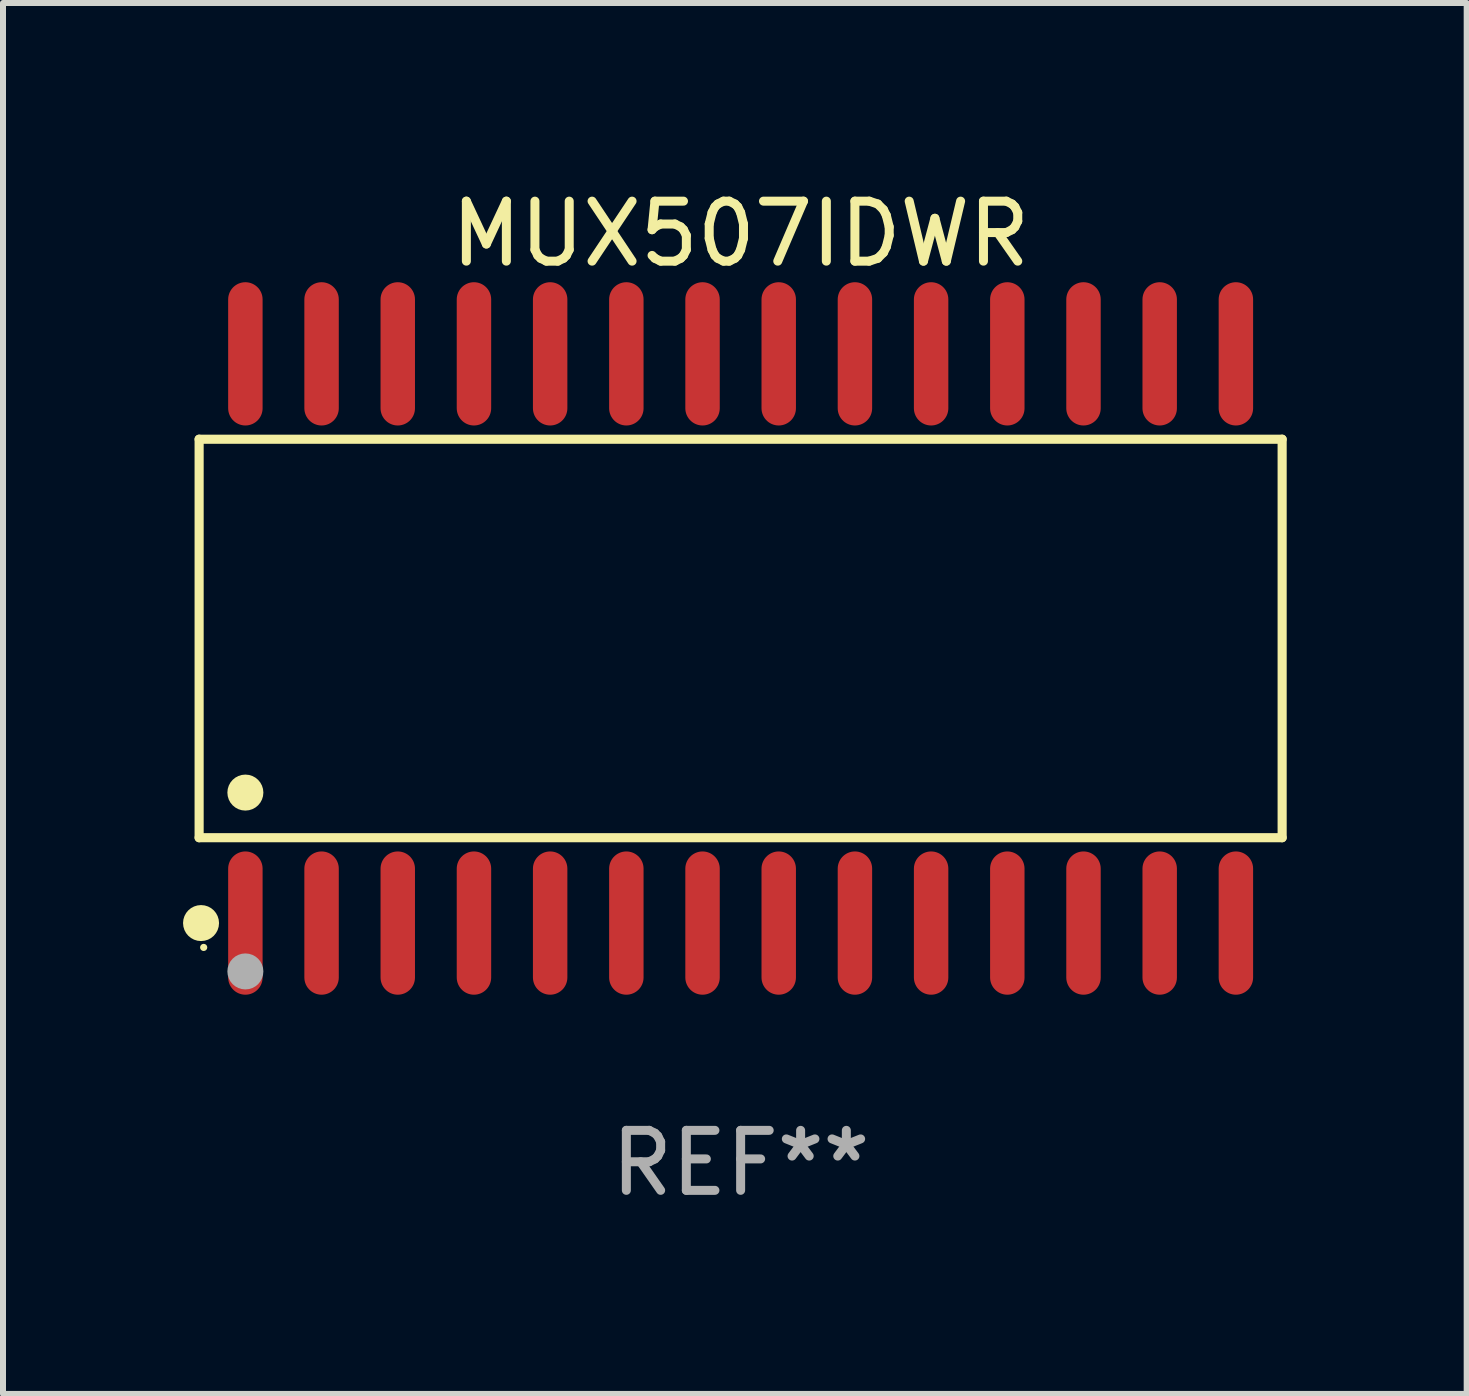
<source format=kicad_pcb>
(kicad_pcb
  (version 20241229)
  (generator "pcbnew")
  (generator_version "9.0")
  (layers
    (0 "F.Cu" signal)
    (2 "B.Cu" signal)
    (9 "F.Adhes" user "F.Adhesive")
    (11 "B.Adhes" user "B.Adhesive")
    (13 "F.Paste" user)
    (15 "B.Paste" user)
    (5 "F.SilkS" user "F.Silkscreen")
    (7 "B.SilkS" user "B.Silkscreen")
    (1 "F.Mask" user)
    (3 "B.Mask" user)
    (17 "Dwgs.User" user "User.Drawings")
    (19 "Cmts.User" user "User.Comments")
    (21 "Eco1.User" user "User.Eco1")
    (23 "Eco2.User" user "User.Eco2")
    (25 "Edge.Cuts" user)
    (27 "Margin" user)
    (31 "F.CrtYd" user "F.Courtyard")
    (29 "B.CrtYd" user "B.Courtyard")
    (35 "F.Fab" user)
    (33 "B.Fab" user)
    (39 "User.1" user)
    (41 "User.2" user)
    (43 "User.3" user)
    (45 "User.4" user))
  (footprint "MUX507IDWR"
    (layer "F.Cu")
    (at 9.295 7.592)
    (property "Reference" "MUX507IDWR" (at 0 -6.744 0) (layer "F.SilkS") (effects (font (size 1 1) (thickness 0.15))))
    (attr through_hole)
    (fp_line (start -9.026 -3.321) (end 9.026 -3.321) (stroke (width 0.152) (type solid)) (layer "F.SilkS"))
    (fp_line (start -9.026 3.321) (end -9.026 -3.321) (stroke (width 0.152) (type solid)) (layer "F.SilkS"))
    (fp_line (start 9.026 -3.321) (end 9.026 3.321) (stroke (width 0.152) (type solid)) (layer "F.SilkS"))
    (fp_line (start 9.026 3.321) (end -9.026 3.321) (stroke (width 0.152) (type solid)) (layer "F.SilkS"))
    (fp_circle (center -8.994 4.744) (end -8.844 4.744) (stroke (width 0.3) (type solid)) (fill no) (layer "F.SilkS"))
    (fp_circle (center -8.95 5.15) (end -8.92 5.15) (stroke (width 0.06) (type solid)) (fill no) (layer "F.SilkS"))
    (fp_circle (center -8.255 2.569) (end -8.105 2.569) (stroke (width 0.3) (type solid)) (fill no) (layer "F.SilkS"))
    (fp_circle (center -8.255 5.55) (end -8.105 5.55) (stroke (width 0.3) (type solid)) (fill no) (layer "F.Fab"))
    (fp_text user "REF**" (at 0 8.744 0) (layer "F.Fab") (effects (font (size 1 1) (thickness 0.15))))
    (pad "1" smd oval (at -8.255 4.744) (size 0.574 2.388) (layers "F.Cu" "F.Mask" "F.Paste"))
    (pad "2" smd oval (at -6.985 4.744) (size 0.574 2.388) (layers "F.Cu" "F.Mask" "F.Paste"))
    (pad "3" smd oval (at -5.715 4.744) (size 0.574 2.388) (layers "F.Cu" "F.Mask" "F.Paste"))
    (pad "4" smd oval (at -4.445 4.744) (size 0.574 2.388) (layers "F.Cu" "F.Mask" "F.Paste"))
    (pad "5" smd oval (at -3.175 4.744) (size 0.574 2.388) (layers "F.Cu" "F.Mask" "F.Paste"))
    (pad "6" smd oval (at -1.905 4.744) (size 0.574 2.388) (layers "F.Cu" "F.Mask" "F.Paste"))
    (pad "7" smd oval (at -0.635 4.744) (size 0.574 2.388) (layers "F.Cu" "F.Mask" "F.Paste"))
    (pad "8" smd oval (at 0.635 4.744) (size 0.574 2.388) (layers "F.Cu" "F.Mask" "F.Paste"))
    (pad "9" smd oval (at 1.905 4.744) (size 0.574 2.388) (layers "F.Cu" "F.Mask" "F.Paste"))
    (pad "10" smd oval (at 3.175 4.744) (size 0.574 2.388) (layers "F.Cu" "F.Mask" "F.Paste"))
    (pad "11" smd oval (at 4.445 4.744) (size 0.574 2.388) (layers "F.Cu" "F.Mask" "F.Paste"))
    (pad "12" smd oval (at 5.715 4.744) (size 0.574 2.388) (layers "F.Cu" "F.Mask" "F.Paste"))
    (pad "13" smd oval (at 6.985 4.744) (size 0.574 2.388) (layers "F.Cu" "F.Mask" "F.Paste"))
    (pad "14" smd oval (at 8.255 4.744) (size 0.574 2.388) (layers "F.Cu" "F.Mask" "F.Paste"))
    (pad "15" smd oval (at 8.255 -4.744) (size 0.574 2.388) (layers "F.Cu" "F.Mask" "F.Paste"))
    (pad "16" smd oval (at 6.985 -4.744) (size 0.574 2.388) (layers "F.Cu" "F.Mask" "F.Paste"))
    (pad "17" smd oval (at 5.715 -4.744) (size 0.574 2.388) (layers "F.Cu" "F.Mask" "F.Paste"))
    (pad "18" smd oval (at 4.445 -4.744) (size 0.574 2.388) (layers "F.Cu" "F.Mask" "F.Paste"))
    (pad "19" smd oval (at 3.175 -4.744) (size 0.574 2.388) (layers "F.Cu" "F.Mask" "F.Paste"))
    (pad "20" smd oval (at 1.905 -4.744) (size 0.574 2.388) (layers "F.Cu" "F.Mask" "F.Paste"))
    (pad "21" smd oval (at 0.635 -4.744) (size 0.574 2.388) (layers "F.Cu" "F.Mask" "F.Paste"))
    (pad "22" smd oval (at -0.635 -4.744) (size 0.574 2.388) (layers "F.Cu" "F.Mask" "F.Paste"))
    (pad "23" smd oval (at -1.905 -4.744) (size 0.574 2.388) (layers "F.Cu" "F.Mask" "F.Paste"))
    (pad "24" smd oval (at -3.175 -4.744) (size 0.574 2.388) (layers "F.Cu" "F.Mask" "F.Paste"))
    (pad "25" smd oval (at -4.445 -4.744) (size 0.574 2.388) (layers "F.Cu" "F.Mask" "F.Paste"))
    (pad "26" smd oval (at -5.715 -4.744) (size 0.574 2.388) (layers "F.Cu" "F.Mask" "F.Paste"))
    (pad "27" smd oval (at -6.985 -4.744) (size 0.574 2.388) (layers "F.Cu" "F.Mask" "F.Paste"))
    (pad "28" smd oval (at -8.255 -4.744) (size 0.574 2.388) (layers "F.Cu" "F.Mask" "F.Paste")))
  (gr_rect
    (start -3 -3)
    (end 21.397 20.184)
    (stroke (width 0.1) (type default))
    (fill no)
    (layer "Edge.Cuts")))
</source>
